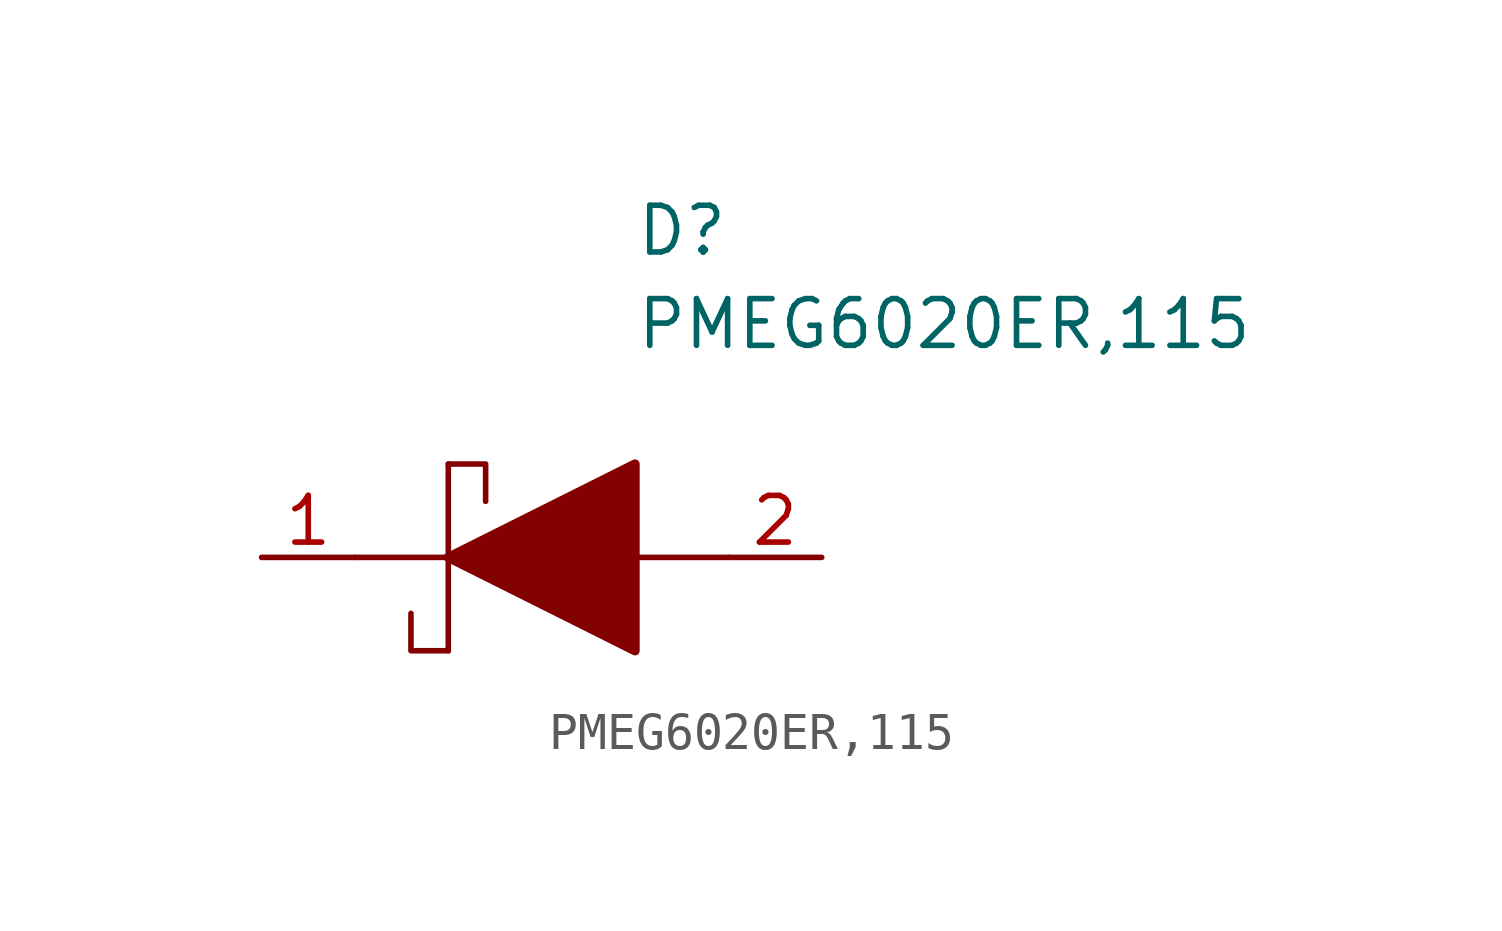
<source format=kicad_sym>
(kicad_symbol_lib
  (version 20220914)
  (generator kicad_symbol_editor)
  (symbol "PMEG6020ER,115"
    (pin_names
      (offset 0.762))
    (property "Reference" "D"
      (at 12.7 8.89 0)
      (effects (font (size 1.27 1.27)) (justify left)))
    (property "Value" "PMEG6020ER,115"
      (at 12.7 6.35 0)
      (effects (font (size 1.27 1.27)) (justify left)))
    (symbol "PMEG6020ER,115_0_0"
      (pin passive line (at 2.54 0 0) (length 2.54) (name "~" (effects (font (size 1.27 1.27)))) (number "1" (effects (font (size 1.27 1.27)))))
      (pin passive line (at 17.78 0 180) (length 2.54) (name "~" (effects (font (size 1.27 1.27)))) (number "2" (effects (font (size 1.27 1.27))))))
    (symbol "PMEG6020ER,115_0_1"
      (polyline (pts (xy 5.08 0) (xy 7.62 0)) (stroke (width 0.152) (type solid)) (fill (type none)))
      (polyline (pts (xy 7.62 2.54) (xy 7.62 -2.54)) (stroke (width 0.152) (type solid)) (fill (type none)))
      (polyline (pts (xy 12.7 0) (xy 15.24 0)) (stroke (width 0.152) (type solid)) (fill (type none)))
      (polyline (pts (xy 7.62 -2.54) (xy 6.604 -2.54) (xy 6.604 -1.524)) (stroke (width 0.152) (type solid)) (fill (type none)))
      (polyline (pts (xy 7.62 2.54) (xy 8.636 2.54) (xy 8.636 1.524)) (stroke (width 0.152) (type solid)) (fill (type none)))
      (polyline (pts (xy 7.62 0) (xy 12.7 2.54) (xy 12.7 -2.54) (xy 7.62 0)) (stroke (width 0.254) (type solid)) (fill (type outline))))))
</source>
